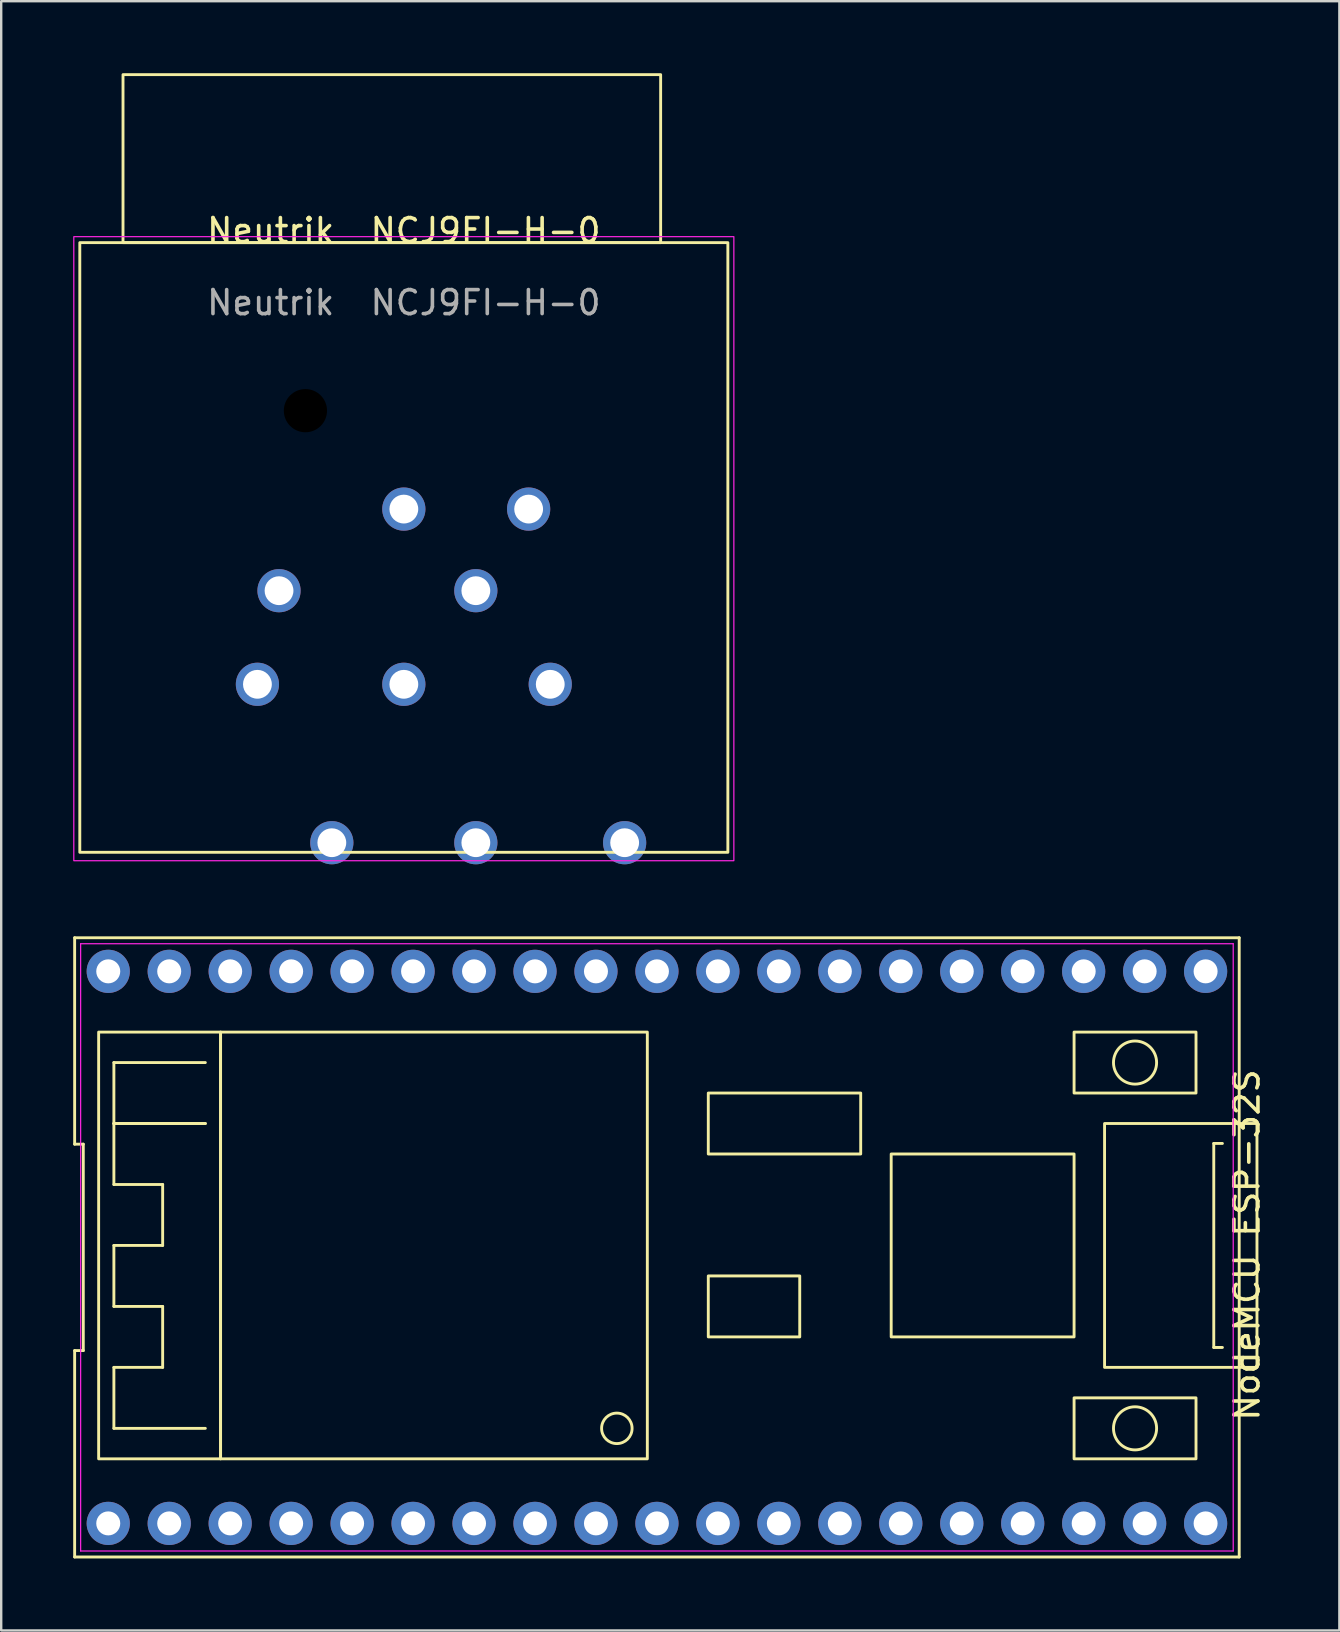
<source format=kicad_pcb>
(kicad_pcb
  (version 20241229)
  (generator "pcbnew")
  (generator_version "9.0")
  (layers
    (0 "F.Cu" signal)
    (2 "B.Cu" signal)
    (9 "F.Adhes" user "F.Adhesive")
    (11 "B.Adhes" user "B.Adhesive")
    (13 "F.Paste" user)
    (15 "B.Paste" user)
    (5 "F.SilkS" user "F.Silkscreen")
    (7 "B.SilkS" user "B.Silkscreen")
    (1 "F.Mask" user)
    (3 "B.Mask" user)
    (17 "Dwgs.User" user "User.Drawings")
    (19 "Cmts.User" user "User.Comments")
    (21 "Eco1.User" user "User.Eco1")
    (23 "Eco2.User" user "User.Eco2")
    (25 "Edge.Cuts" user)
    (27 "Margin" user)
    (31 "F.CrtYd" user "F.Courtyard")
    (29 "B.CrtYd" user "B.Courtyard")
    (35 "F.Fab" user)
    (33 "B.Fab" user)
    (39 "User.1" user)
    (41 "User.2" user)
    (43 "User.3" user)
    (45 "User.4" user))
  (footprint "NodeMCU ESP-32S"
    (layer "F.Cu")
    (at 24.58 48.82)
    (property "Reference" "NodeMCU ESP-32S" (at 24.325 0 90) (layer "F.SilkS") (effects (font (size 1 1) (thickness 0.15))))
    (attr through_hole)
    (fp_line (start -24.52 -12.8) (end -24.52 -4.2) (stroke (width 0.12) (type default)) (layer "F.SilkS"))
    (fp_line (start -24.52 -4.2) (end -24.16 -4.2) (stroke (width 0.12) (type default)) (layer "F.SilkS"))
    (fp_line (start -24.52 4.4) (end -24.52 13) (stroke (width 0.12) (type default)) (layer "F.SilkS"))
    (fp_line (start -24.52 13) (end 24 13) (stroke (width 0.12) (type default)) (layer "F.SilkS"))
    (fp_line (start -24.16 -4.2) (end -24.16 4.4) (stroke (width 0.12) (type default)) (layer "F.SilkS"))
    (fp_line (start -24.16 4.4) (end -24.52 4.4) (stroke (width 0.12) (type default)) (layer "F.SilkS"))
    (fp_line (start -22.885 -7.6) (end -19.075 -7.6) (stroke (width 0.12) (type default)) (layer "F.SilkS"))
    (fp_line (start -22.885 -5.06) (end -22.885 -7.6) (stroke (width 0.12) (type default)) (layer "F.SilkS"))
    (fp_line (start -22.885 -5.06) (end -19.075 -5.06) (stroke (width 0.12) (type default)) (layer "F.SilkS"))
    (fp_line (start -22.885 -2.52) (end -22.885 -5.06) (stroke (width 0.12) (type default)) (layer "F.SilkS"))
    (fp_line (start -22.885 0.02) (end -20.853 0.02) (stroke (width 0.12) (type default)) (layer "F.SilkS"))
    (fp_line (start -22.885 2.56) (end -22.885 0.02) (stroke (width 0.12) (type default)) (layer "F.SilkS"))
    (fp_line (start -22.885 5.1) (end -20.853 5.1) (stroke (width 0.12) (type default)) (layer "F.SilkS"))
    (fp_line (start -22.885 7.64) (end -22.885 5.1) (stroke (width 0.12) (type default)) (layer "F.SilkS"))
    (fp_line (start -20.853 -2.52) (end -22.885 -2.52) (stroke (width 0.12) (type default)) (layer "F.SilkS"))
    (fp_line (start -20.853 0.02) (end -20.853 -2.52) (stroke (width 0.12) (type default)) (layer "F.SilkS"))
    (fp_line (start -20.853 2.56) (end -22.885 2.56) (stroke (width 0.12) (type default)) (layer "F.SilkS"))
    (fp_line (start -20.853 5.1) (end -20.853 2.56) (stroke (width 0.12) (type default)) (layer "F.SilkS"))
    (fp_line (start -19.075 -5.06) (end -22.885 -5.06) (stroke (width 0.12) (type default)) (layer "F.SilkS"))
    (fp_line (start -19.075 7.64) (end -22.885 7.64) (stroke (width 0.12) (type default)) (layer "F.SilkS"))
    (fp_line (start 22.94 -4.23) (end 23.3 -4.23) (stroke (width 0.12) (type default)) (layer "F.SilkS"))
    (fp_line (start 22.94 4.27) (end 22.94 -4.23) (stroke (width 0.12) (type default)) (layer "F.SilkS"))
    (fp_line (start 23.3 4.27) (end 22.94 4.27) (stroke (width 0.12) (type default)) (layer "F.SilkS"))
    (fp_line (start 24 -12.8) (end -24.52 -12.8) (stroke (width 0.12) (type default)) (layer "F.SilkS"))
    (fp_line (start 24 13) (end 24 -12.8) (stroke (width 0.12) (type default)) (layer "F.SilkS"))
    (fp_rect (start -18.44 8.91) (end -23.52 -8.87) (stroke (width 0.12) (type default)) (fill no) (layer "F.SilkS"))
    (fp_rect (start -18.44 8.91) (end -0.66 -8.87) (stroke (width 0.12) (type default)) (fill no) (layer "F.SilkS"))
    (fp_rect (start 1.88 -3.79) (end 8.23 -6.33) (stroke (width 0.12) (type default)) (fill no) (layer "F.SilkS"))
    (fp_rect (start 5.69 1.29) (end 1.88 3.83) (stroke (width 0.12) (type default)) (fill no) (layer "F.SilkS"))
    (fp_rect (start 17.12 3.83) (end 9.5 -3.79) (stroke (width 0.12) (type default)) (fill no) (layer "F.SilkS"))
    (fp_rect (start 22.2 -6.33) (end 17.12 -8.87) (stroke (width 0.12) (type default)) (fill no) (layer "F.SilkS"))
    (fp_rect (start 22.2 8.91) (end 17.12 6.37) (stroke (width 0.12) (type default)) (fill no) (layer "F.SilkS"))
    (fp_rect (start 24.74 5.1) (end 18.39 -5.06) (stroke (width 0.12) (type default)) (fill no) (layer "F.SilkS"))
    (fp_circle (center -1.93 7.64) (end -2.565 7.64) (stroke (width 0.12) (type default)) (fill no) (layer "F.SilkS"))
    (fp_circle (center 19.66 -7.6) (end 19.025 -8.235) (stroke (width 0.12) (type default)) (fill no) (layer "F.SilkS"))
    (fp_circle (center 19.66 7.64) (end 19.025 7.005) (stroke (width 0.12) (type default)) (fill no) (layer "F.SilkS"))
    (fp_line (start -24.27 -12.55) (end 23.75 -12.55) (stroke (width 0.05) (type default)) (layer "F.CrtYd"))
    (fp_line (start -24.27 12.75) (end -24.27 -12.55) (stroke (width 0.05) (type default)) (layer "F.CrtYd"))
    (fp_line (start 23.75 -12.55) (end 23.75 12.75) (stroke (width 0.05) (type default)) (layer "F.CrtYd"))
    (fp_line (start 23.75 12.75) (end -24.27 12.75) (stroke (width 0.05) (type default)) (layer "F.CrtYd"))
    (pad "1" thru_hole circle (at -23.12 11.6) (size 1.8 1.8) (drill 1) (layers "*.Cu" "*.Mask"))
    (pad "2" thru_hole circle (at -20.58 11.6) (size 1.8 1.8) (drill 1) (layers "*.Cu" "*.Mask"))
    (pad "3" thru_hole circle (at -18.04 11.6) (size 1.8 1.8) (drill 1) (layers "*.Cu" "*.Mask"))
    (pad "4" thru_hole circle (at -15.5 11.6) (size 1.8 1.8) (drill 1) (layers "*.Cu" "*.Mask"))
    (pad "5" thru_hole circle (at -12.96 11.6) (size 1.8 1.8) (drill 1) (layers "*.Cu" "*.Mask"))
    (pad "6" thru_hole circle (at -10.42 11.6) (size 1.8 1.8) (drill 1) (layers "*.Cu" "*.Mask"))
    (pad "7" thru_hole circle (at -7.88 11.6) (size 1.8 1.8) (drill 1) (layers "*.Cu" "*.Mask"))
    (pad "8" thru_hole circle (at -5.34 11.6) (size 1.8 1.8) (drill 1) (layers "*.Cu" "*.Mask"))
    (pad "9" thru_hole circle (at -2.8 11.6) (size 1.8 1.8) (drill 1) (layers "*.Cu" "*.Mask"))
    (pad "10" thru_hole circle (at -0.26 11.6) (size 1.8 1.8) (drill 1) (layers "*.Cu" "*.Mask"))
    (pad "11" thru_hole circle (at 2.28 11.6) (size 1.8 1.8) (drill 1) (layers "*.Cu" "*.Mask"))
    (pad "12" thru_hole circle (at 4.82 11.6) (size 1.8 1.8) (drill 1) (layers "*.Cu" "*.Mask"))
    (pad "13" thru_hole circle (at 7.36 11.6) (size 1.8 1.8) (drill 1) (layers "*.Cu" "*.Mask"))
    (pad "14" thru_hole circle (at 9.9 11.6) (size 1.8 1.8) (drill 1) (layers "*.Cu" "*.Mask"))
    (pad "15" thru_hole circle (at 12.44 11.6) (size 1.8 1.8) (drill 1) (layers "*.Cu" "*.Mask"))
    (pad "16" thru_hole circle (at 14.98 11.6) (size 1.8 1.8) (drill 1) (layers "*.Cu" "*.Mask"))
    (pad "17" thru_hole circle (at 17.52 11.6) (size 1.8 1.8) (drill 1) (layers "*.Cu" "*.Mask"))
    (pad "18" thru_hole circle (at 20.06 11.6) (size 1.8 1.8) (drill 1) (layers "*.Cu" "*.Mask"))
    (pad "19" thru_hole circle (at 22.6 11.6) (size 1.8 1.8) (drill 1) (layers "*.Cu" "*.Mask"))
    (pad "20" thru_hole circle (at 22.6 -11.4) (size 1.8 1.8) (drill 1) (layers "*.Cu" "*.Mask"))
    (pad "21" thru_hole circle (at 20.06 -11.4) (size 1.8 1.8) (drill 1) (layers "*.Cu" "*.Mask"))
    (pad "22" thru_hole circle (at 17.52 -11.4) (size 1.8 1.8) (drill 1) (layers "*.Cu" "*.Mask"))
    (pad "23" thru_hole circle (at 14.98 -11.4) (size 1.8 1.8) (drill 1) (layers "*.Cu" "*.Mask"))
    (pad "24" thru_hole circle (at 12.44 -11.4) (size 1.8 1.8) (drill 1) (layers "*.Cu" "*.Mask"))
    (pad "25" thru_hole circle (at 9.9 -11.4) (size 1.8 1.8) (drill 1) (layers "*.Cu" "*.Mask"))
    (pad "26" thru_hole circle (at 7.36 -11.4) (size 1.8 1.8) (drill 1) (layers "*.Cu" "*.Mask"))
    (pad "27" thru_hole circle (at 4.82 -11.4) (size 1.8 1.8) (drill 1) (layers "*.Cu" "*.Mask"))
    (pad "28" thru_hole circle (at 2.28 -11.4) (size 1.8 1.8) (drill 1) (layers "*.Cu" "*.Mask"))
    (pad "29" thru_hole circle (at -0.26 -11.4) (size 1.8 1.8) (drill 1) (layers "*.Cu" "*.Mask"))
    (pad "30" thru_hole circle (at -2.8 -11.4) (size 1.8 1.8) (drill 1) (layers "*.Cu" "*.Mask"))
    (pad "31" thru_hole circle (at -5.34 -11.4) (size 1.8 1.8) (drill 1) (layers "*.Cu" "*.Mask"))
    (pad "32" thru_hole circle (at -7.88 -11.4) (size 1.8 1.8) (drill 1) (layers "*.Cu" "*.Mask"))
    (pad "33" thru_hole circle (at -10.42 -11.4) (size 1.8 1.8) (drill 1) (layers "*.Cu" "*.Mask"))
    (pad "34" thru_hole circle (at -12.96 -11.4) (size 1.8 1.8) (drill 1) (layers "*.Cu" "*.Mask"))
    (pad "35" thru_hole circle (at -15.5 -11.4) (size 1.8 1.8) (drill 1) (layers "*.Cu" "*.Mask"))
    (pad "36" thru_hole circle (at -18.04 -11.4) (size 1.8 1.8) (drill 1) (layers "*.Cu" "*.Mask"))
    (pad "37" thru_hole circle (at -20.58 -11.4) (size 1.8 1.8) (drill 1) (layers "*.Cu" "*.Mask"))
    (pad "38" thru_hole circle (at -23.12 -11.4) (size 1.8 1.8) (drill 1) (layers "*.Cu" "*.Mask")))
  (footprint "Neutrik  NCJ9FI-H-0"
    (layer "F.Cu")
    (at 13.775 7.06)
    (property "Reference" "Neutrik  NCJ9FI-H-0" (at 0 -0.5 0) (unlocked yes) (layer "F.SilkS") (effects (font (size 1 1) (thickness 0.15))))
    (attr through_hole)
    (fp_rect (start -13.5 0) (end 13.5 25.4) (stroke (width 0.12) (type default)) (fill no) (layer "F.SilkS"))
    (fp_rect (start -11.7 -7) (end 10.7 0) (stroke (width 0.12) (type default)) (fill no) (layer "F.SilkS"))
    (fp_rect (start -13.75 -0.25) (end 13.75 25.75) (stroke (width 0.05) (type default)) (fill no) (layer "F.CrtYd"))
    (fp_text user "${REFERENCE}" (at 0 2.5 0) (unlocked yes) (layer "F.Fab") (effects (font (size 1 1) (thickness 0.15))))
    (pad "" np_thru_hole circle (at -4.1 7) (size 1.8 1.8) (drill 2.1) (layers "*.Mask"))
    (pad "1" thru_hole circle (at -6.1 18.4) (size 1.8 1.8) (drill 1.2) (layers "*.Cu" "*.Mask"))
    (pad "2" thru_hole circle (at 6.1 18.4) (size 1.8 1.8) (drill 1.2) (layers "*.Cu" "*.Mask"))
    (pad "3" thru_hole circle (at 0 18.4) (size 1.8 1.8) (drill 1.2) (layers "*.Cu" "*.Mask"))
    (pad "G" thru_hole circle (at 0 11.1) (size 1.8 1.8) (drill 1.2) (layers "*.Cu" "*.Mask"))
    (pad "R" thru_hole circle (at -5.2 14.5) (size 1.8 1.8) (drill 1.2) (layers "*.Cu" "*.Mask"))
    (pad "RS" thru_hole circle (at -3 25) (size 1.8 1.8) (drill 1.2) (layers "*.Cu" "*.Mask"))
    (pad "S" thru_hole circle (at 5.2 11.1) (size 1.8 1.8) (drill 1.2) (layers "*.Cu" "*.Mask"))
    (pad "SS" thru_hole circle (at 3 14.5) (size 1.8 1.8) (drill 1.2) (layers "*.Cu" "*.Mask"))
    (pad "T" thru_hole circle (at 9.2 25) (size 1.8 1.8) (drill 1.2) (layers "*.Cu" "*.Mask"))
    (pad "TS" thru_hole circle (at 3 25) (size 1.8 1.8) (drill 1.2) (layers "*.Cu" "*.Mask")))
  (gr_rect
    (start -3 -3)
    (end 52.753 64.88)
    (stroke (width 0.1) (type default))
    (fill no)
    (layer "Edge.Cuts")))
</source>
